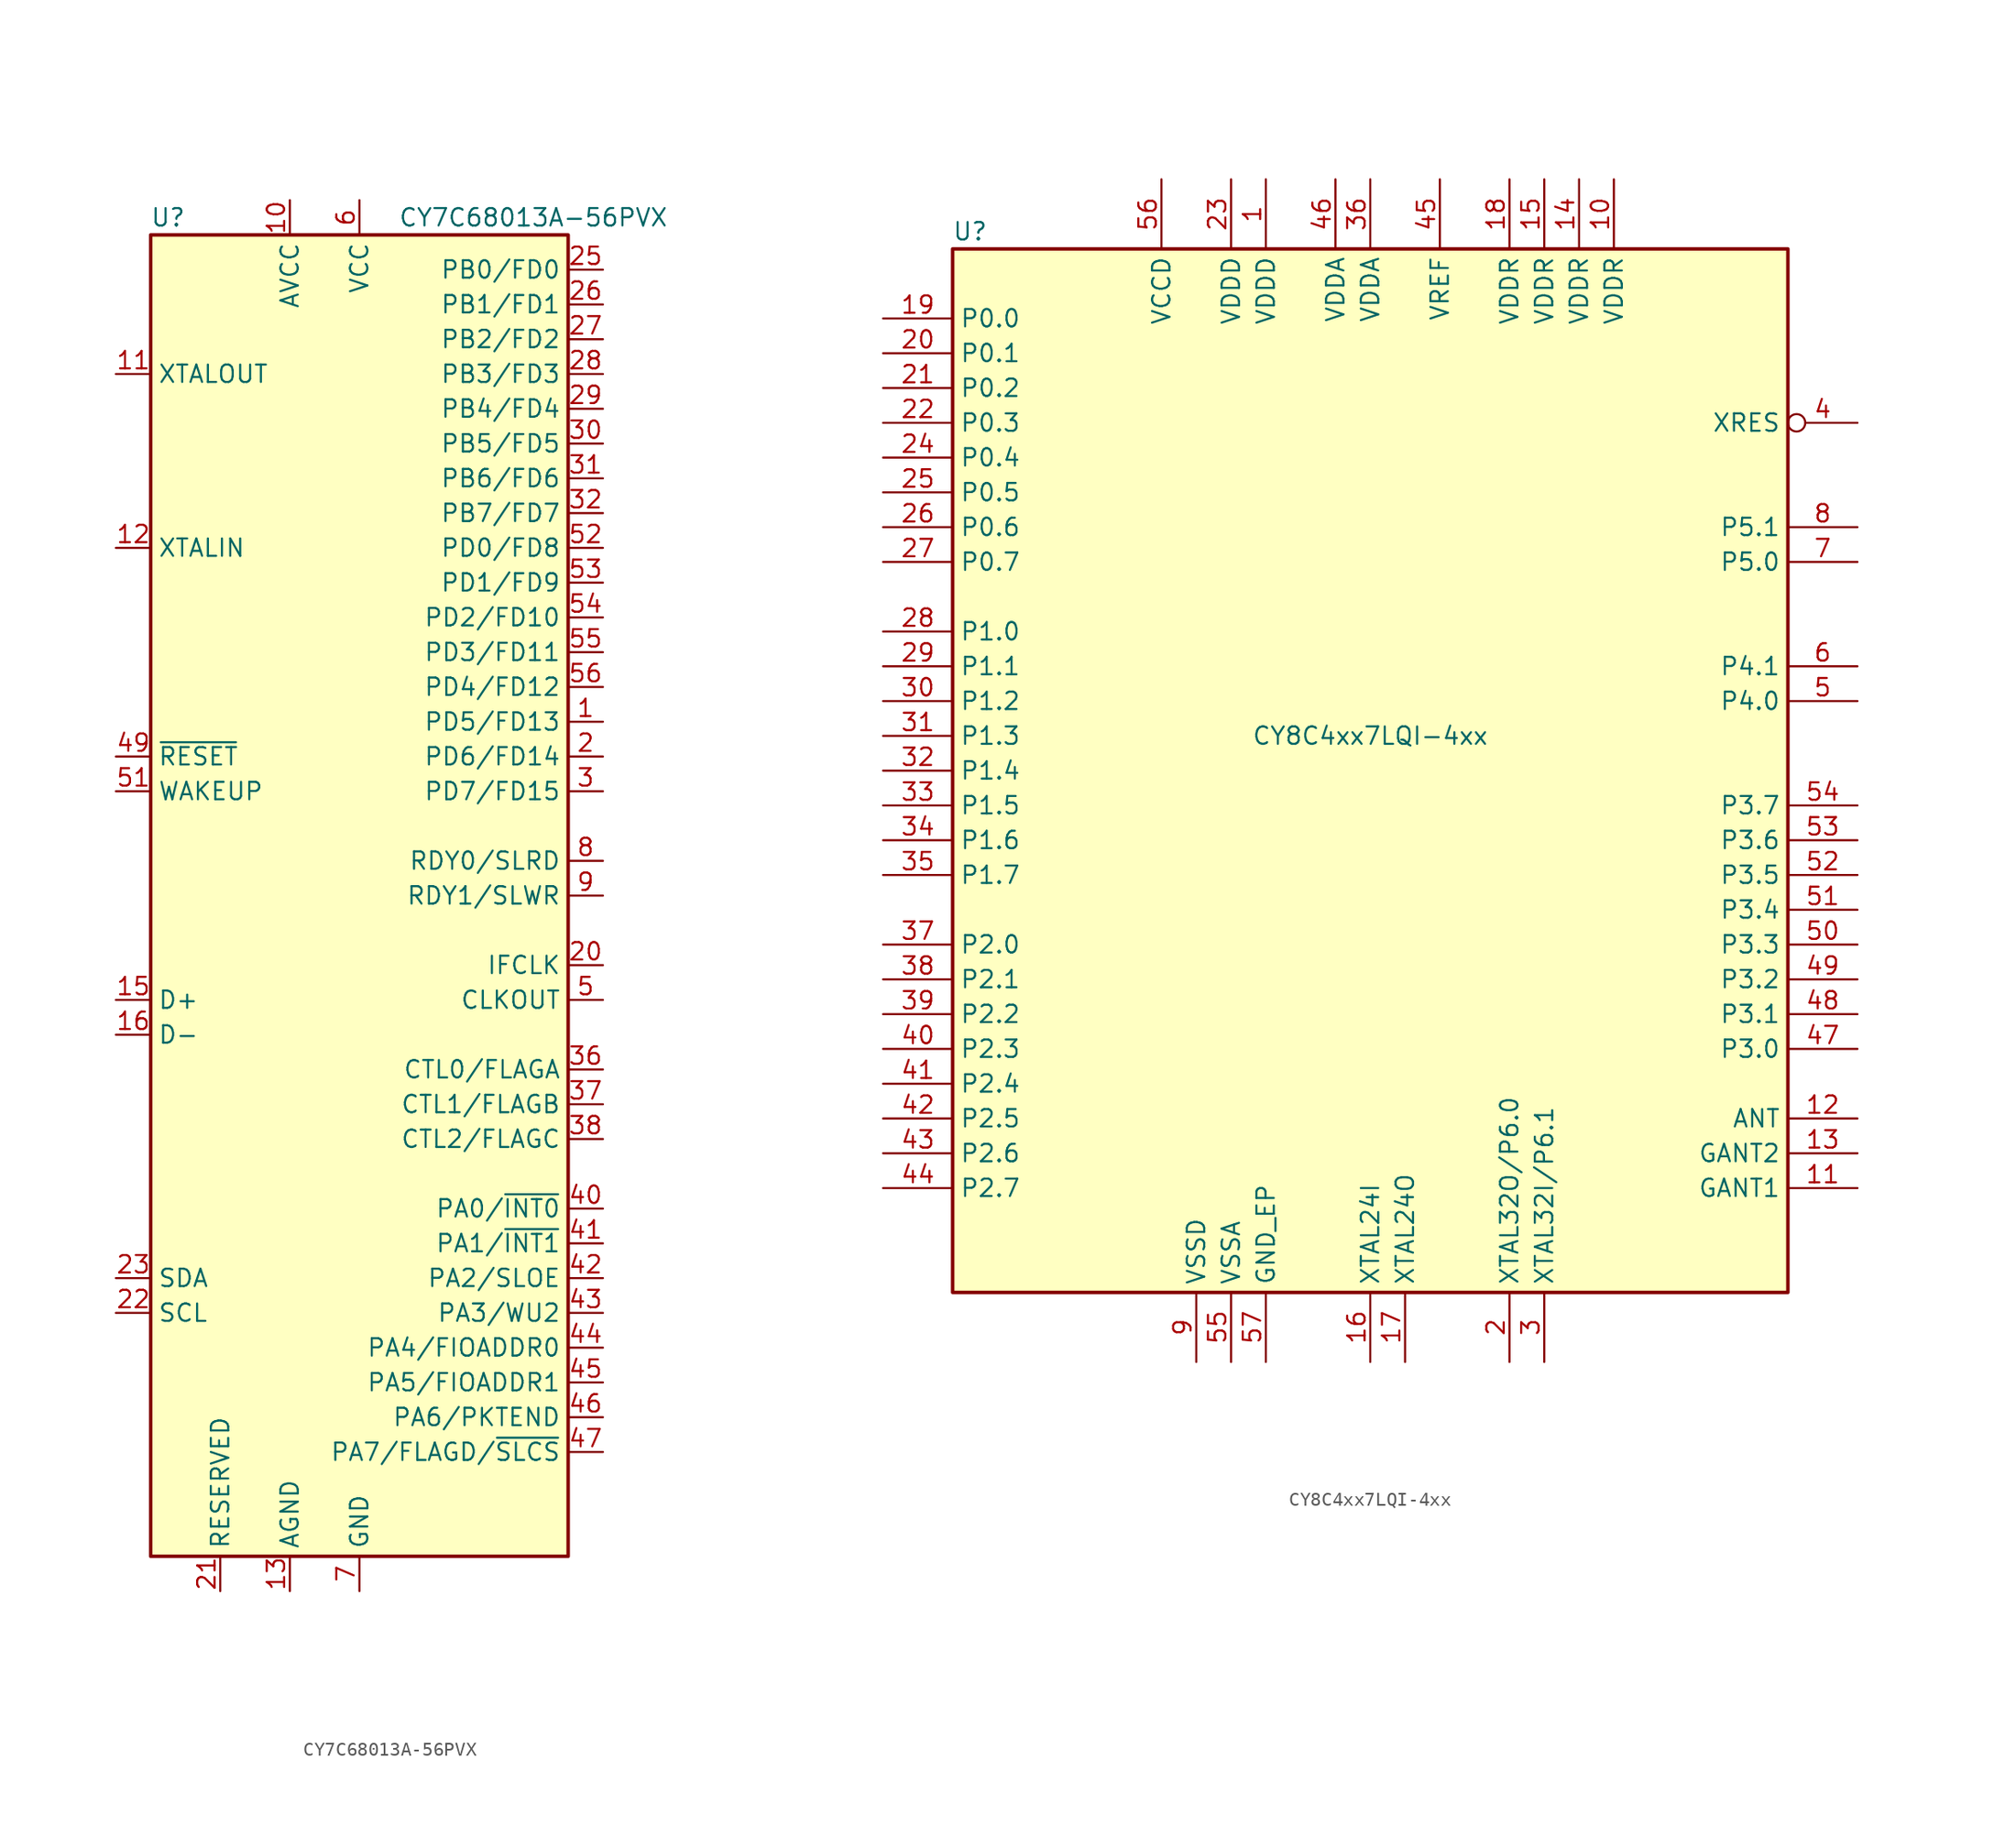
<source format=kicad_sym>
(kicad_symbol_lib
  (version 20201005)
  (generator kicad_symbol_editor)
  (symbol "MCU_Cypress:CY7C68013A-56PVX"
    (property "Reference" "U"
      (at -13.97 49.53 0)
      (effects (font (size 1.27 1.27))))
    (property "Value" "CY7C68013A-56PVX"
      (at 12.7 49.53 0)
      (effects (font (size 1.27 1.27))))
    (symbol "CY7C68013A-56PVX_0_1"
      (rectangle (start 15.24 -48.26) (end -15.24 48.26) (stroke (width 0.254)) (fill (type background))))
    (symbol "CY7C68013A-56PVX_1_1"
      (pin bidirectional line (at 17.78 12.7 180) (length 2.54) (name "PD5/FD13" (effects (font (size 1.27 1.27)))) (number "1" (effects (font (size 1.27 1.27)))))
      (pin power_in line (at -5.08 50.8 270) (length 2.54) (name "AVCC" (effects (font (size 1.27 1.27)))) (number "10" (effects (font (size 1.27 1.27)))))
      (pin output line (at -17.78 38.1 0) (length 2.54) (name "XTALOUT" (effects (font (size 1.27 1.27)))) (number "11" (effects (font (size 1.27 1.27)))))
      (pin input line (at -17.78 25.4 0) (length 2.54) (name "XTALIN" (effects (font (size 1.27 1.27)))) (number "12" (effects (font (size 1.27 1.27)))))
      (pin power_in line (at -5.08 -50.8 90) (length 2.54) (name "AGND" (effects (font (size 1.27 1.27)))) (number "13" (effects (font (size 1.27 1.27)))))
      (pin passive line (at -5.08 50.8 270) (length 2.54) hide (name "AVCC" (effects (font (size 1.27 1.27)))) (number "14" (effects (font (size 1.27 1.27)))))
      (pin bidirectional line (at -17.78 -7.62 0) (length 2.54) (name "D+" (effects (font (size 1.27 1.27)))) (number "15" (effects (font (size 1.27 1.27)))))
      (pin bidirectional line (at -17.78 -10.16 0) (length 2.54) (name "D-" (effects (font (size 1.27 1.27)))) (number "16" (effects (font (size 1.27 1.27)))))
      (pin passive line (at -5.08 -50.8 90) (length 2.54) hide (name "AGND" (effects (font (size 1.27 1.27)))) (number "17" (effects (font (size 1.27 1.27)))))
      (pin passive line (at 0 50.8 270) (length 2.54) hide (name "VCC" (effects (font (size 1.27 1.27)))) (number "18" (effects (font (size 1.27 1.27)))))
      (pin passive line (at 0 -50.8 90) (length 2.54) hide (name "GND" (effects (font (size 1.27 1.27)))) (number "19" (effects (font (size 1.27 1.27)))))
      (pin bidirectional line (at 17.78 10.16 180) (length 2.54) (name "PD6/FD14" (effects (font (size 1.27 1.27)))) (number "2" (effects (font (size 1.27 1.27)))))
      (pin bidirectional line (at 17.78 -5.08 180) (length 2.54) (name "IFCLK" (effects (font (size 1.27 1.27)))) (number "20" (effects (font (size 1.27 1.27)))))
      (pin input line (at -10.16 -50.8 90) (length 2.54) (name "RESERVED" (effects (font (size 1.27 1.27)))) (number "21" (effects (font (size 1.27 1.27)))))
      (pin input line (at -17.78 -30.48 0) (length 2.54) (name "SCL" (effects (font (size 1.27 1.27)))) (number "22" (effects (font (size 1.27 1.27)))))
      (pin bidirectional line (at -17.78 -27.94 0) (length 2.54) (name "SDA" (effects (font (size 1.27 1.27)))) (number "23" (effects (font (size 1.27 1.27)))))
      (pin passive line (at 0 50.8 270) (length 2.54) hide (name "VCC" (effects (font (size 1.27 1.27)))) (number "24" (effects (font (size 1.27 1.27)))))
      (pin bidirectional line (at 17.78 45.72 180) (length 2.54) (name "PB0/FD0" (effects (font (size 1.27 1.27)))) (number "25" (effects (font (size 1.27 1.27)))))
      (pin bidirectional line (at 17.78 43.18 180) (length 2.54) (name "PB1/FD1" (effects (font (size 1.27 1.27)))) (number "26" (effects (font (size 1.27 1.27)))))
      (pin bidirectional line (at 17.78 40.64 180) (length 2.54) (name "PB2/FD2" (effects (font (size 1.27 1.27)))) (number "27" (effects (font (size 1.27 1.27)))))
      (pin bidirectional line (at 17.78 38.1 180) (length 2.54) (name "PB3/FD3" (effects (font (size 1.27 1.27)))) (number "28" (effects (font (size 1.27 1.27)))))
      (pin bidirectional line (at 17.78 35.56 180) (length 2.54) (name "PB4/FD4" (effects (font (size 1.27 1.27)))) (number "29" (effects (font (size 1.27 1.27)))))
      (pin bidirectional line (at 17.78 7.62 180) (length 2.54) (name "PD7/FD15" (effects (font (size 1.27 1.27)))) (number "3" (effects (font (size 1.27 1.27)))))
      (pin bidirectional line (at 17.78 33.02 180) (length 2.54) (name "PB5/FD5" (effects (font (size 1.27 1.27)))) (number "30" (effects (font (size 1.27 1.27)))))
      (pin bidirectional line (at 17.78 30.48 180) (length 2.54) (name "PB6/FD6" (effects (font (size 1.27 1.27)))) (number "31" (effects (font (size 1.27 1.27)))))
      (pin bidirectional line (at 17.78 27.94 180) (length 2.54) (name "PB7/FD7" (effects (font (size 1.27 1.27)))) (number "32" (effects (font (size 1.27 1.27)))))
      (pin passive line (at 0 -50.8 90) (length 2.54) hide (name "GND" (effects (font (size 1.27 1.27)))) (number "33" (effects (font (size 1.27 1.27)))))
      (pin passive line (at 0 50.8 270) (length 2.54) hide (name "VCC" (effects (font (size 1.27 1.27)))) (number "34" (effects (font (size 1.27 1.27)))))
      (pin passive line (at 0 -50.8 90) (length 2.54) hide (name "GND" (effects (font (size 1.27 1.27)))) (number "35" (effects (font (size 1.27 1.27)))))
      (pin output line (at 17.78 -12.7 180) (length 2.54) (name "CTL0/FLAGA" (effects (font (size 1.27 1.27)))) (number "36" (effects (font (size 1.27 1.27)))))
      (pin output line (at 17.78 -15.24 180) (length 2.54) (name "CTL1/FLAGB" (effects (font (size 1.27 1.27)))) (number "37" (effects (font (size 1.27 1.27)))))
      (pin output line (at 17.78 -17.78 180) (length 2.54) (name "CTL2/FLAGC" (effects (font (size 1.27 1.27)))) (number "38" (effects (font (size 1.27 1.27)))))
      (pin passive line (at 0 50.8 270) (length 2.54) hide (name "VCC" (effects (font (size 1.27 1.27)))) (number "39" (effects (font (size 1.27 1.27)))))
      (pin passive line (at 0 -50.8 90) (length 2.54) hide (name "GND" (effects (font (size 1.27 1.27)))) (number "4" (effects (font (size 1.27 1.27)))))
      (pin bidirectional line (at 17.78 -22.86 180) (length 2.54) (name "PA0/~INT0" (effects (font (size 1.27 1.27)))) (number "40" (effects (font (size 1.27 1.27)))))
      (pin bidirectional line (at 17.78 -25.4 180) (length 2.54) (name "PA1/~INT1" (effects (font (size 1.27 1.27)))) (number "41" (effects (font (size 1.27 1.27)))))
      (pin bidirectional line (at 17.78 -27.94 180) (length 2.54) (name "PA2/SLOE" (effects (font (size 1.27 1.27)))) (number "42" (effects (font (size 1.27 1.27)))))
      (pin bidirectional line (at 17.78 -30.48 180) (length 2.54) (name "PA3/WU2" (effects (font (size 1.27 1.27)))) (number "43" (effects (font (size 1.27 1.27)))))
      (pin bidirectional line (at 17.78 -33.02 180) (length 2.54) (name "PA4/FIOADDR0" (effects (font (size 1.27 1.27)))) (number "44" (effects (font (size 1.27 1.27)))))
      (pin bidirectional line (at 17.78 -35.56 180) (length 2.54) (name "PA5/FIOADDR1" (effects (font (size 1.27 1.27)))) (number "45" (effects (font (size 1.27 1.27)))))
      (pin bidirectional line (at 17.78 -38.1 180) (length 2.54) (name "PA6/PKTEND" (effects (font (size 1.27 1.27)))) (number "46" (effects (font (size 1.27 1.27)))))
      (pin bidirectional line (at 17.78 -40.64 180) (length 2.54) (name "PA7/FLAGD/~SLCS" (effects (font (size 1.27 1.27)))) (number "47" (effects (font (size 1.27 1.27)))))
      (pin passive line (at 0 -50.8 90) (length 2.54) hide (name "GND" (effects (font (size 1.27 1.27)))) (number "48" (effects (font (size 1.27 1.27)))))
      (pin input line (at -17.78 10.16 0) (length 2.54) (name "~RESET" (effects (font (size 1.27 1.27)))) (number "49" (effects (font (size 1.27 1.27)))))
      (pin output line (at 17.78 -7.62 180) (length 2.54) (name "CLKOUT" (effects (font (size 1.27 1.27)))) (number "5" (effects (font (size 1.27 1.27)))))
      (pin passive line (at 0 50.8 270) (length 2.54) hide (name "VCC" (effects (font (size 1.27 1.27)))) (number "50" (effects (font (size 1.27 1.27)))))
      (pin input line (at -17.78 7.62 0) (length 2.54) (name "WAKEUP" (effects (font (size 1.27 1.27)))) (number "51" (effects (font (size 1.27 1.27)))))
      (pin bidirectional line (at 17.78 25.4 180) (length 2.54) (name "PD0/FD8" (effects (font (size 1.27 1.27)))) (number "52" (effects (font (size 1.27 1.27)))))
      (pin bidirectional line (at 17.78 22.86 180) (length 2.54) (name "PD1/FD9" (effects (font (size 1.27 1.27)))) (number "53" (effects (font (size 1.27 1.27)))))
      (pin bidirectional line (at 17.78 20.32 180) (length 2.54) (name "PD2/FD10" (effects (font (size 1.27 1.27)))) (number "54" (effects (font (size 1.27 1.27)))))
      (pin bidirectional line (at 17.78 17.78 180) (length 2.54) (name "PD3/FD11" (effects (font (size 1.27 1.27)))) (number "55" (effects (font (size 1.27 1.27)))))
      (pin bidirectional line (at 17.78 15.24 180) (length 2.54) (name "PD4/FD12" (effects (font (size 1.27 1.27)))) (number "56" (effects (font (size 1.27 1.27)))))
      (pin power_in line (at 0 50.8 270) (length 2.54) (name "VCC" (effects (font (size 1.27 1.27)))) (number "6" (effects (font (size 1.27 1.27)))))
      (pin power_in line (at 0 -50.8 90) (length 2.54) (name "GND" (effects (font (size 1.27 1.27)))) (number "7" (effects (font (size 1.27 1.27)))))
      (pin input line (at 17.78 2.54 180) (length 2.54) (name "RDY0/SLRD" (effects (font (size 1.27 1.27)))) (number "8" (effects (font (size 1.27 1.27)))))
      (pin input line (at 17.78 0 180) (length 2.54) (name "RDY1/SLWR" (effects (font (size 1.27 1.27)))) (number "9" (effects (font (size 1.27 1.27)))))))
  (symbol "MCU_Cypress:CY8C4xx7LQI-4xx"
    (property "Reference" "U"
      (at -29.21 39.37 0)
      (effects (font (size 1.27 1.27))))
    (property "Value" "CY8C4xx7LQI-4xx"
      (at 0 2.54 0)
      (effects (font (size 1.27 1.27))))
    (symbol "CY8C4xx7LQI-4xx_1_0"
      (rectangle (start -30.48 -38.1) (end 30.48 38.1) (stroke (width 0.254)) (fill (type background))))
    (symbol "CY8C4xx7LQI-4xx_1_1"
      (pin power_in line (at -7.62 43.18 270) (length 5.08) (name "VDDD" (effects (font (size 1.27 1.27)))) (number "1" (effects (font (size 1.27 1.27)))))
      (pin power_in line (at 17.78 43.18 270) (length 5.08) (name "VDDR" (effects (font (size 1.27 1.27)))) (number "10" (effects (font (size 1.27 1.27)))))
      (pin power_in line (at 35.56 -30.48 180) (length 5.08) (name "GANT1" (effects (font (size 1.27 1.27)))) (number "11" (effects (font (size 1.27 1.27)))))
      (pin output line (at 35.56 -25.4 180) (length 5.08) (name "ANT" (effects (font (size 1.27 1.27)))) (number "12" (effects (font (size 1.27 1.27)))))
      (pin power_in line (at 35.56 -27.94 180) (length 5.08) (name "GANT2" (effects (font (size 1.27 1.27)))) (number "13" (effects (font (size 1.27 1.27)))))
      (pin power_in line (at 15.24 43.18 270) (length 5.08) (name "VDDR" (effects (font (size 1.27 1.27)))) (number "14" (effects (font (size 1.27 1.27)))))
      (pin power_in line (at 12.7 43.18 270) (length 5.08) (name "VDDR" (effects (font (size 1.27 1.27)))) (number "15" (effects (font (size 1.27 1.27)))))
      (pin input line (at 0 -43.18 90) (length 5.08) (name "XTAL24I" (effects (font (size 1.27 1.27)))) (number "16" (effects (font (size 1.27 1.27)))))
      (pin output line (at 2.54 -43.18 90) (length 5.08) (name "XTAL24O" (effects (font (size 1.27 1.27)))) (number "17" (effects (font (size 1.27 1.27)))))
      (pin power_in line (at 10.16 43.18 270) (length 5.08) (name "VDDR" (effects (font (size 1.27 1.27)))) (number "18" (effects (font (size 1.27 1.27)))))
      (pin bidirectional line (at -35.56 33.02 0) (length 5.08) (name "P0.0" (effects (font (size 1.27 1.27)))) (number "19" (effects (font (size 1.27 1.27)))))
      (pin bidirectional line (at 10.16 -43.18 90) (length 5.08) (name "XTAL32O/P6.0" (effects (font (size 1.27 1.27)))) (number "2" (effects (font (size 1.27 1.27)))))
      (pin bidirectional line (at -35.56 30.48 0) (length 5.08) (name "P0.1" (effects (font (size 1.27 1.27)))) (number "20" (effects (font (size 1.27 1.27)))))
      (pin bidirectional line (at -35.56 27.94 0) (length 5.08) (name "P0.2" (effects (font (size 1.27 1.27)))) (number "21" (effects (font (size 1.27 1.27)))))
      (pin bidirectional line (at -35.56 25.4 0) (length 5.08) (name "P0.3" (effects (font (size 1.27 1.27)))) (number "22" (effects (font (size 1.27 1.27)))))
      (pin power_in line (at -10.16 43.18 270) (length 5.08) (name "VDDD" (effects (font (size 1.27 1.27)))) (number "23" (effects (font (size 1.27 1.27)))))
      (pin bidirectional line (at -35.56 22.86 0) (length 5.08) (name "P0.4" (effects (font (size 1.27 1.27)))) (number "24" (effects (font (size 1.27 1.27)))))
      (pin bidirectional line (at -35.56 20.32 0) (length 5.08) (name "P0.5" (effects (font (size 1.27 1.27)))) (number "25" (effects (font (size 1.27 1.27)))))
      (pin bidirectional line (at -35.56 17.78 0) (length 5.08) (name "P0.6" (effects (font (size 1.27 1.27)))) (number "26" (effects (font (size 1.27 1.27)))))
      (pin bidirectional line (at -35.56 15.24 0) (length 5.08) (name "P0.7" (effects (font (size 1.27 1.27)))) (number "27" (effects (font (size 1.27 1.27)))))
      (pin bidirectional line (at -35.56 10.16 0) (length 5.08) (name "P1.0" (effects (font (size 1.27 1.27)))) (number "28" (effects (font (size 1.27 1.27)))))
      (pin bidirectional line (at -35.56 7.62 0) (length 5.08) (name "P1.1" (effects (font (size 1.27 1.27)))) (number "29" (effects (font (size 1.27 1.27)))))
      (pin bidirectional line (at 12.7 -43.18 90) (length 5.08) (name "XTAL32I/P6.1" (effects (font (size 1.27 1.27)))) (number "3" (effects (font (size 1.27 1.27)))))
      (pin bidirectional line (at -35.56 5.08 0) (length 5.08) (name "P1.2" (effects (font (size 1.27 1.27)))) (number "30" (effects (font (size 1.27 1.27)))))
      (pin bidirectional line (at -35.56 2.54 0) (length 5.08) (name "P1.3" (effects (font (size 1.27 1.27)))) (number "31" (effects (font (size 1.27 1.27)))))
      (pin bidirectional line (at -35.56 0 0) (length 5.08) (name "P1.4" (effects (font (size 1.27 1.27)))) (number "32" (effects (font (size 1.27 1.27)))))
      (pin bidirectional line (at -35.56 -2.54 0) (length 5.08) (name "P1.5" (effects (font (size 1.27 1.27)))) (number "33" (effects (font (size 1.27 1.27)))))
      (pin bidirectional line (at -35.56 -5.08 0) (length 5.08) (name "P1.6" (effects (font (size 1.27 1.27)))) (number "34" (effects (font (size 1.27 1.27)))))
      (pin bidirectional line (at -35.56 -7.62 0) (length 5.08) (name "P1.7" (effects (font (size 1.27 1.27)))) (number "35" (effects (font (size 1.27 1.27)))))
      (pin power_in line (at 0 43.18 270) (length 5.08) (name "VDDA" (effects (font (size 1.27 1.27)))) (number "36" (effects (font (size 1.27 1.27)))))
      (pin bidirectional line (at -35.56 -12.7 0) (length 5.08) (name "P2.0" (effects (font (size 1.27 1.27)))) (number "37" (effects (font (size 1.27 1.27)))))
      (pin bidirectional line (at -35.56 -15.24 0) (length 5.08) (name "P2.1" (effects (font (size 1.27 1.27)))) (number "38" (effects (font (size 1.27 1.27)))))
      (pin bidirectional line (at -35.56 -17.78 0) (length 5.08) (name "P2.2" (effects (font (size 1.27 1.27)))) (number "39" (effects (font (size 1.27 1.27)))))
      (pin input inverted (at 35.56 25.4 180) (length 5.08) (name "XRES" (effects (font (size 1.27 1.27)))) (number "4" (effects (font (size 1.27 1.27)))))
      (pin bidirectional line (at -35.56 -20.32 0) (length 5.08) (name "P2.3" (effects (font (size 1.27 1.27)))) (number "40" (effects (font (size 1.27 1.27)))))
      (pin bidirectional line (at -35.56 -22.86 0) (length 5.08) (name "P2.4" (effects (font (size 1.27 1.27)))) (number "41" (effects (font (size 1.27 1.27)))))
      (pin bidirectional line (at -35.56 -25.4 0) (length 5.08) (name "P2.5" (effects (font (size 1.27 1.27)))) (number "42" (effects (font (size 1.27 1.27)))))
      (pin bidirectional line (at -35.56 -27.94 0) (length 5.08) (name "P2.6" (effects (font (size 1.27 1.27)))) (number "43" (effects (font (size 1.27 1.27)))))
      (pin bidirectional line (at -35.56 -30.48 0) (length 5.08) (name "P2.7" (effects (font (size 1.27 1.27)))) (number "44" (effects (font (size 1.27 1.27)))))
      (pin passive line (at 5.08 43.18 270) (length 5.08) (name "VREF" (effects (font (size 1.27 1.27)))) (number "45" (effects (font (size 1.27 1.27)))))
      (pin power_in line (at -2.54 43.18 270) (length 5.08) (name "VDDA" (effects (font (size 1.27 1.27)))) (number "46" (effects (font (size 1.27 1.27)))))
      (pin bidirectional line (at 35.56 -20.32 180) (length 5.08) (name "P3.0" (effects (font (size 1.27 1.27)))) (number "47" (effects (font (size 1.27 1.27)))))
      (pin bidirectional line (at 35.56 -17.78 180) (length 5.08) (name "P3.1" (effects (font (size 1.27 1.27)))) (number "48" (effects (font (size 1.27 1.27)))))
      (pin bidirectional line (at 35.56 -15.24 180) (length 5.08) (name "P3.2" (effects (font (size 1.27 1.27)))) (number "49" (effects (font (size 1.27 1.27)))))
      (pin bidirectional line (at 35.56 5.08 180) (length 5.08) (name "P4.0" (effects (font (size 1.27 1.27)))) (number "5" (effects (font (size 1.27 1.27)))))
      (pin bidirectional line (at 35.56 -12.7 180) (length 5.08) (name "P3.3" (effects (font (size 1.27 1.27)))) (number "50" (effects (font (size 1.27 1.27)))))
      (pin bidirectional line (at 35.56 -10.16 180) (length 5.08) (name "P3.4" (effects (font (size 1.27 1.27)))) (number "51" (effects (font (size 1.27 1.27)))))
      (pin bidirectional line (at 35.56 -7.62 180) (length 5.08) (name "P3.5" (effects (font (size 1.27 1.27)))) (number "52" (effects (font (size 1.27 1.27)))))
      (pin bidirectional line (at 35.56 -5.08 180) (length 5.08) (name "P3.6" (effects (font (size 1.27 1.27)))) (number "53" (effects (font (size 1.27 1.27)))))
      (pin bidirectional line (at 35.56 -2.54 180) (length 5.08) (name "P3.7" (effects (font (size 1.27 1.27)))) (number "54" (effects (font (size 1.27 1.27)))))
      (pin power_in line (at -10.16 -43.18 90) (length 5.08) (name "VSSA" (effects (font (size 1.27 1.27)))) (number "55" (effects (font (size 1.27 1.27)))))
      (pin power_out line (at -15.24 43.18 270) (length 5.08) (name "VCCD" (effects (font (size 1.27 1.27)))) (number "56" (effects (font (size 1.27 1.27)))))
      (pin power_in line (at -7.62 -43.18 90) (length 5.08) (name "GND_EP" (effects (font (size 1.27 1.27)))) (number "57" (effects (font (size 1.27 1.27)))))
      (pin bidirectional line (at 35.56 7.62 180) (length 5.08) (name "P4.1" (effects (font (size 1.27 1.27)))) (number "6" (effects (font (size 1.27 1.27)))))
      (pin bidirectional line (at 35.56 15.24 180) (length 5.08) (name "P5.0" (effects (font (size 1.27 1.27)))) (number "7" (effects (font (size 1.27 1.27)))))
      (pin bidirectional line (at 35.56 17.78 180) (length 5.08) (name "P5.1" (effects (font (size 1.27 1.27)))) (number "8" (effects (font (size 1.27 1.27)))))
      (pin power_in line (at -12.7 -43.18 90) (length 5.08) (name "VSSD" (effects (font (size 1.27 1.27)))) (number "9" (effects (font (size 1.27 1.27))))))))
</source>
